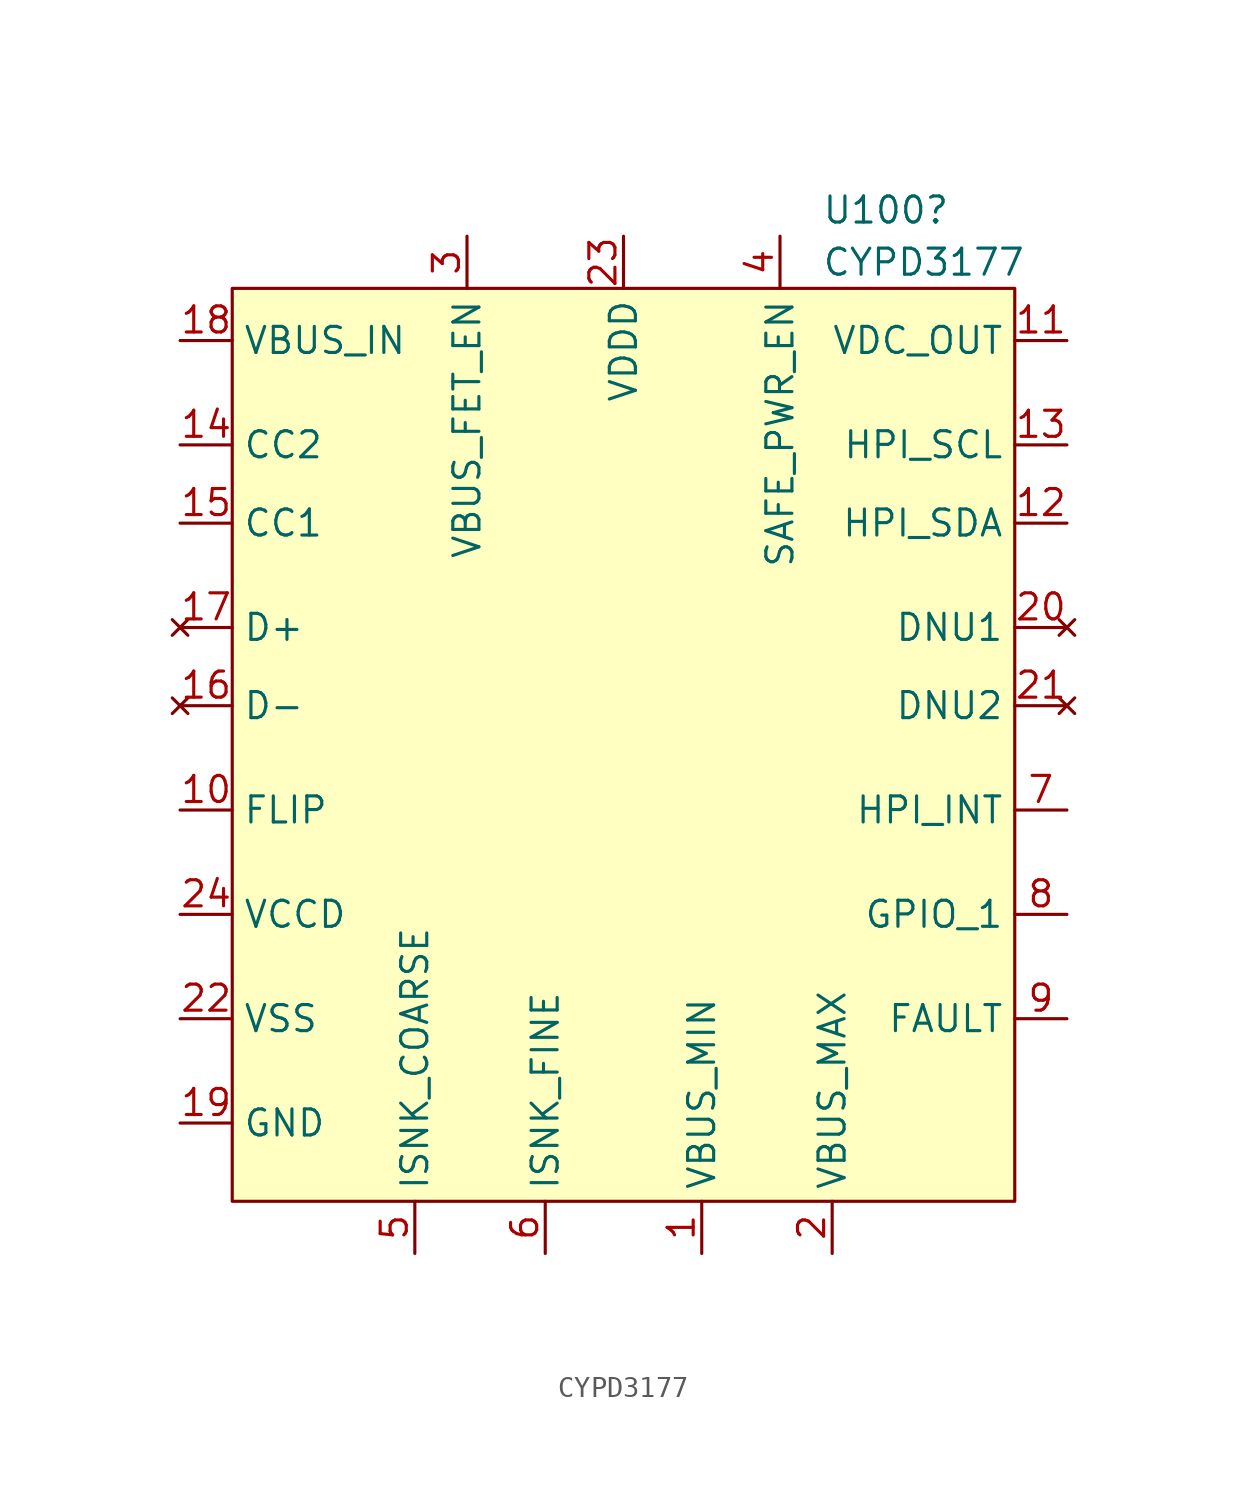
<source format=kicad_sym>
(kicad_symbol_lib
  (version 20231120)
  (generator "kicad_symbol_editor")
  (generator_version "8.0")
  (symbol "CYPD3177"
    (property "Reference" "U100"
      (at 9.652 8.89 0)
      (effects (font (size 1.27 1.27)) (justify left)))
    (property "Value" "CYPD3177"
      (at 9.652 6.35 0)
      (effects (font (size 1.27 1.27)) (justify left)))
    (symbol "CYPD3177_1_1"
      (rectangle (start -19.05 5.08) (end 19.05 -39.37) (stroke (width 0) (type default)) (fill (type background)))
      (pin input line (at 3.81 -41.91 90) (length 2.54) (name "VBUS_MIN" (effects (font (size 1.27 1.27)))) (number "1" (effects (font (size 1.27 1.27)))))
      (pin input line (at -21.59 -20.32 0) (length 2.54) (name "FLIP" (effects (font (size 1.27 1.27)))) (number "10" (effects (font (size 1.27 1.27)))))
      (pin input line (at 21.59 2.54 180) (length 2.54) (name "VDC_OUT" (effects (font (size 1.27 1.27)))) (number "11" (effects (font (size 1.27 1.27)))))
      (pin input line (at 21.59 -6.35 180) (length 2.54) (name "HPI_SDA" (effects (font (size 1.27 1.27)))) (number "12" (effects (font (size 1.27 1.27)))))
      (pin input line (at 21.59 -2.54 180) (length 2.54) (name "HPI_SCL" (effects (font (size 1.27 1.27)))) (number "13" (effects (font (size 1.27 1.27)))))
      (pin input line (at -21.59 -2.54 0) (length 2.54) (name "CC2" (effects (font (size 1.27 1.27)))) (number "14" (effects (font (size 1.27 1.27)))))
      (pin input line (at -21.59 -6.35 0) (length 2.54) (name "CC1" (effects (font (size 1.27 1.27)))) (number "15" (effects (font (size 1.27 1.27)))))
      (pin no_connect line (at -21.59 -15.24 0) (length 2.54) (name "D-" (effects (font (size 1.27 1.27)))) (number "16" (effects (font (size 1.27 1.27)))))
      (pin no_connect line (at -21.59 -11.43 0) (length 2.54) (name "D+" (effects (font (size 1.27 1.27)))) (number "17" (effects (font (size 1.27 1.27)))))
      (pin input line (at -21.59 2.54 0) (length 2.54) (name "VBUS_IN" (effects (font (size 1.27 1.27)))) (number "18" (effects (font (size 1.27 1.27)))))
      (pin input line (at -21.59 -35.56 0) (length 2.54) (name "GND" (effects (font (size 1.27 1.27)))) (number "19" (effects (font (size 1.27 1.27)))))
      (pin input line (at 10.16 -41.91 90) (length 2.54) (name "VBUS_MAX" (effects (font (size 1.27 1.27)))) (number "2" (effects (font (size 1.27 1.27)))))
      (pin no_connect line (at 21.59 -11.43 180) (length 2.54) (name "DNU1" (effects (font (size 1.27 1.27)))) (number "20" (effects (font (size 1.27 1.27)))))
      (pin no_connect line (at 21.59 -15.24 180) (length 2.54) (name "DNU2" (effects (font (size 1.27 1.27)))) (number "21" (effects (font (size 1.27 1.27)))))
      (pin input line (at -21.59 -30.48 0) (length 2.54) (name "VSS" (effects (font (size 1.27 1.27)))) (number "22" (effects (font (size 1.27 1.27)))))
      (pin input line (at 0 7.62 270) (length 2.54) (name "VDDD" (effects (font (size 1.27 1.27)))) (number "23" (effects (font (size 1.27 1.27)))))
      (pin input line (at -21.59 -25.4 0) (length 2.54) (name "VCCD" (effects (font (size 1.27 1.27)))) (number "24" (effects (font (size 1.27 1.27)))))
      (pin input line (at -7.62 7.62 270) (length 2.54) (name "VBUS_FET_EN" (effects (font (size 1.27 1.27)))) (number "3" (effects (font (size 1.27 1.27)))))
      (pin input line (at 7.62 7.62 270) (length 2.54) (name "SAFE_PWR_EN" (effects (font (size 1.27 1.27)))) (number "4" (effects (font (size 1.27 1.27)))))
      (pin input line (at -10.16 -41.91 90) (length 2.54) (name "ISNK_COARSE" (effects (font (size 1.27 1.27)))) (number "5" (effects (font (size 1.27 1.27)))))
      (pin input line (at -3.81 -41.91 90) (length 2.54) (name "ISNK_FINE" (effects (font (size 1.27 1.27)))) (number "6" (effects (font (size 1.27 1.27)))))
      (pin input line (at 21.59 -20.32 180) (length 2.54) (name "HPI_INT" (effects (font (size 1.27 1.27)))) (number "7" (effects (font (size 1.27 1.27)))))
      (pin input line (at 21.59 -25.4 180) (length 2.54) (name "GPIO_1" (effects (font (size 1.27 1.27)))) (number "8" (effects (font (size 1.27 1.27)))))
      (pin input line (at 21.59 -30.48 180) (length 2.54) (name "FAULT" (effects (font (size 1.27 1.27)))) (number "9" (effects (font (size 1.27 1.27))))))))
</source>
